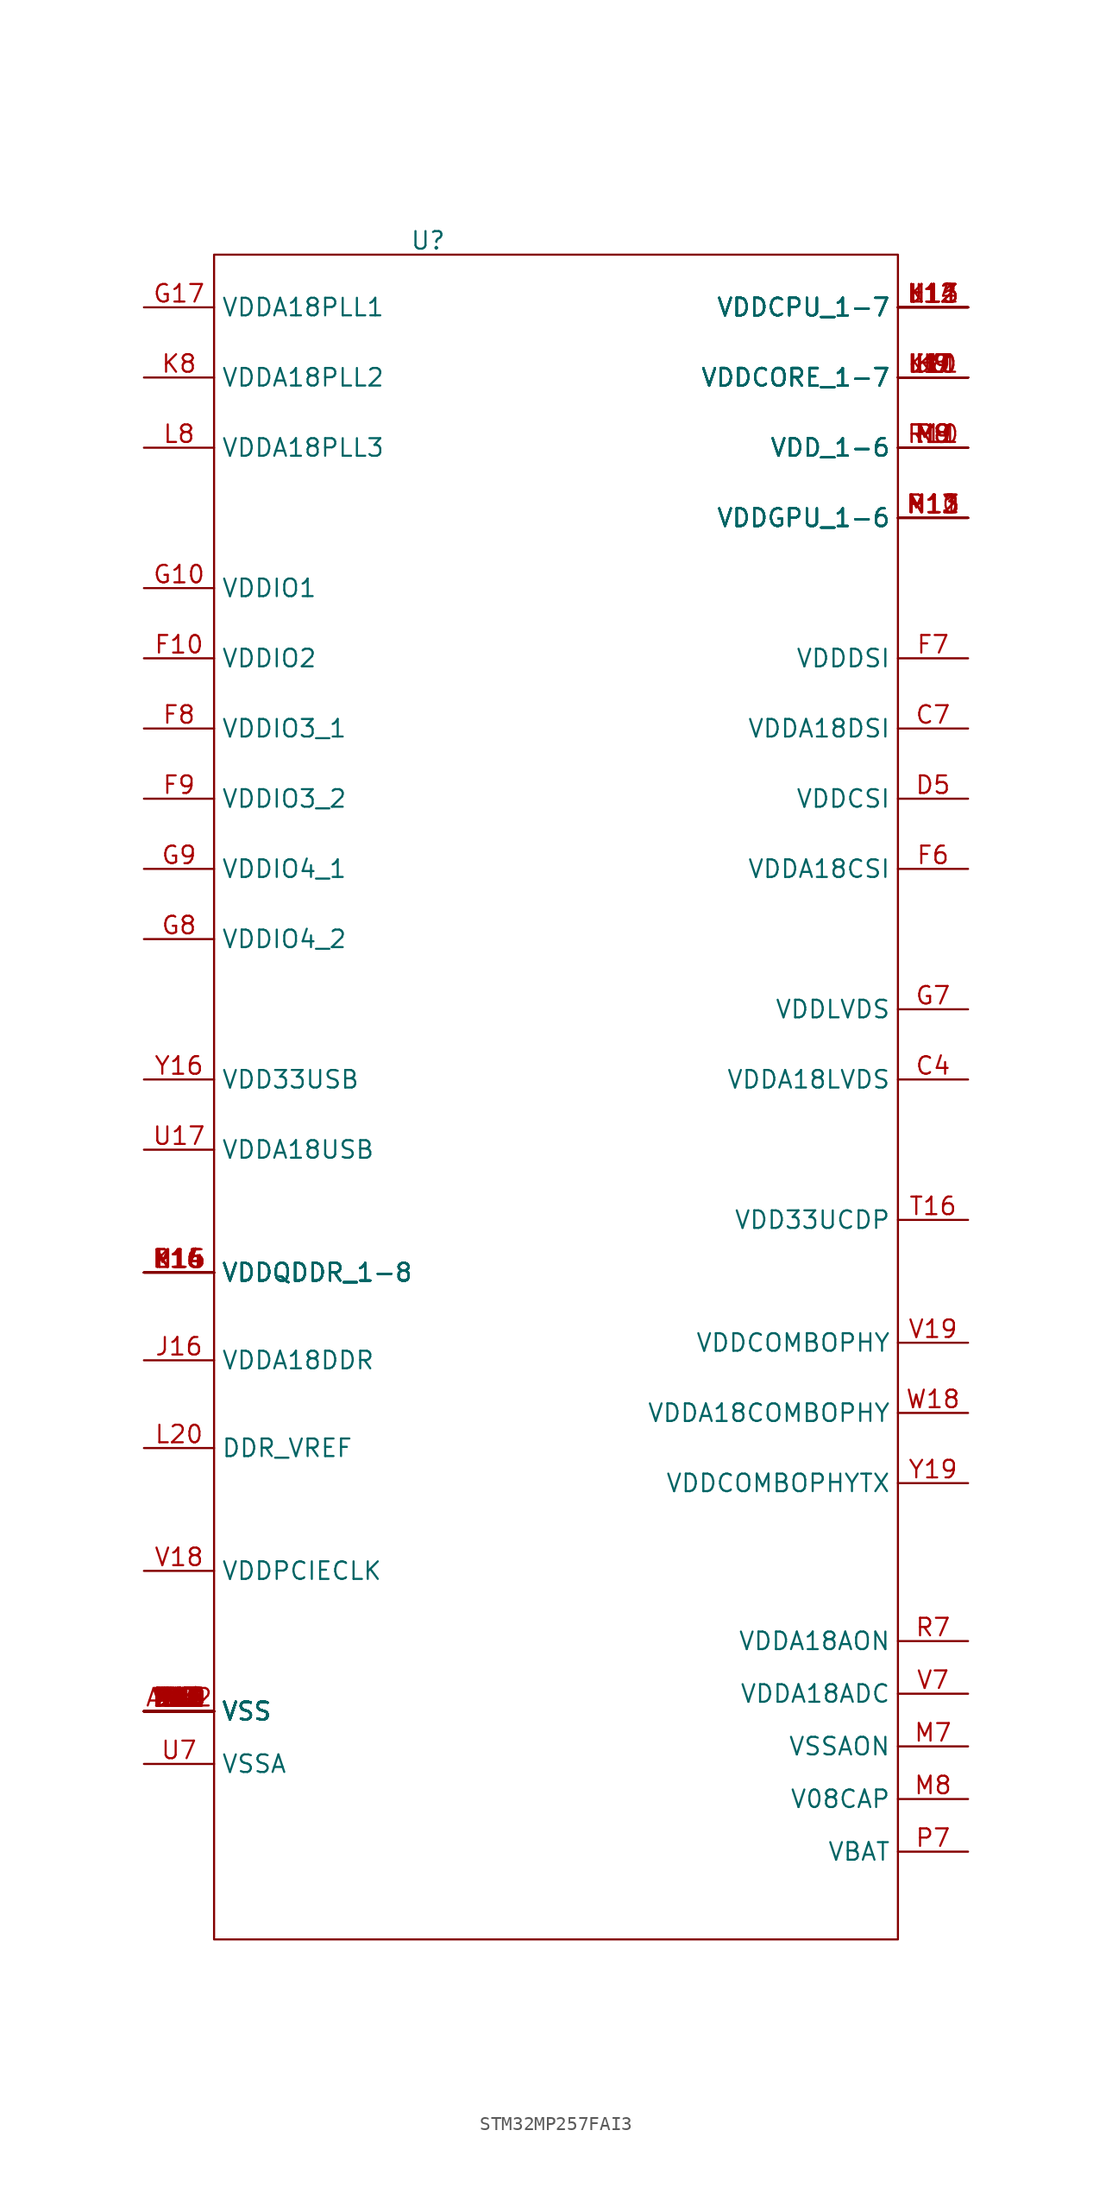
<source format=kicad_sym>
(kicad_symbol_lib
  (version 20241209)
  (generator "kicad_symbol_editor")
  (generator_version "9.0")
  (symbol "STM32MP257FAI3"
    (property "Reference" "U"
      (at -9.906 58.166 0)
      (effects (font (size 1.27 1.27))))
    (property "Value" ""
      (at 0 0 0)
      (effects (font (size 1.27 1.27))))
    (property "ki_locked" ""
      (at 0 0 0)
      (effects (font (size 1.27 1.27))))
    (symbol "STM32MP257FAI3_1_1"
      (rectangle (start -25.4 57.15) (end 24.13 -64.77) (stroke (width 0) (type default)) (fill (type none)))
      (pin input line (at -30.48 53.34 0) (length 5.08) (name "VDDA18PLL1" (effects (font (size 1.27 1.27)))) (number "G17" (effects (font (size 1.27 1.27)))))
      (pin input line (at -30.48 48.26 0) (length 5.08) (name "VDDA18PLL2" (effects (font (size 1.27 1.27)))) (number "K8" (effects (font (size 1.27 1.27)))))
      (pin input line (at -30.48 43.18 0) (length 5.08) (name "VDDA18PLL3" (effects (font (size 1.27 1.27)))) (number "L8" (effects (font (size 1.27 1.27)))))
      (pin input line (at -30.48 33.02 0) (length 5.08) (name "VDDIO1" (effects (font (size 1.27 1.27)))) (number "G10" (effects (font (size 1.27 1.27)))))
      (pin input line (at -30.48 27.94 0) (length 5.08) (name "VDDIO2" (effects (font (size 1.27 1.27)))) (number "F10" (effects (font (size 1.27 1.27)))))
      (pin input line (at -30.48 22.86 0) (length 5.08) (name "VDDIO3_1" (effects (font (size 1.27 1.27)))) (number "F8" (effects (font (size 1.27 1.27)))))
      (pin input line (at -30.48 17.78 0) (length 5.08) (name "VDDIO3_2" (effects (font (size 1.27 1.27)))) (number "F9" (effects (font (size 1.27 1.27)))))
      (pin input line (at -30.48 12.7 0) (length 5.08) (name "VDDIO4_1" (effects (font (size 1.27 1.27)))) (number "G9" (effects (font (size 1.27 1.27)))))
      (pin input line (at -30.48 7.62 0) (length 5.08) (name "VDDIO4_2" (effects (font (size 1.27 1.27)))) (number "G8" (effects (font (size 1.27 1.27)))))
      (pin input line (at -30.48 -2.54 0) (length 5.08) (name "VDD33USB" (effects (font (size 1.27 1.27)))) (number "Y16" (effects (font (size 1.27 1.27)))))
      (pin input line (at -30.48 -7.62 0) (length 5.08) (name "VDDA18USB" (effects (font (size 1.27 1.27)))) (number "U17" (effects (font (size 1.27 1.27)))))
      (pin input line (at -30.48 -16.51 0) (length 5.08) (name "VDDQDDR_1-8" (effects (font (size 1.27 1.27)))) (number "K15" (effects (font (size 1.27 1.27)))))
      (pin input line (at -30.48 -16.51 0) (length 5.08) (name "VDDQDDR_1-8" (effects (font (size 1.27 1.27)))) (number "L14" (effects (font (size 1.27 1.27)))))
      (pin input line (at -30.48 -16.51 0) (length 5.08) (name "VDDQDDR_1-8" (effects (font (size 1.27 1.27)))) (number "L16" (effects (font (size 1.27 1.27)))))
      (pin input line (at -30.48 -16.51 0) (length 5.08) (name "VDDQDDR_1-8" (effects (font (size 1.27 1.27)))) (number "M15" (effects (font (size 1.27 1.27)))))
      (pin input line (at -30.48 -16.51 0) (length 5.08) (name "VDDQDDR_1-8" (effects (font (size 1.27 1.27)))) (number "N14" (effects (font (size 1.27 1.27)))))
      (pin input line (at -30.48 -16.51 0) (length 5.08) (name "VDDQDDR_1-8" (effects (font (size 1.27 1.27)))) (number "P15" (effects (font (size 1.27 1.27)))))
      (pin input line (at -30.48 -16.51 0) (length 5.08) (name "VDDQDDR_1-8" (effects (font (size 1.27 1.27)))) (number "R14" (effects (font (size 1.27 1.27)))))
      (pin input line (at -30.48 -16.51 0) (length 5.08) (name "VDDQDDR_1-8" (effects (font (size 1.27 1.27)))) (number "R16" (effects (font (size 1.27 1.27)))))
      (pin input line (at -30.48 -22.86 0) (length 5.08) (name "VDDA18DDR" (effects (font (size 1.27 1.27)))) (number "J16" (effects (font (size 1.27 1.27)))))
      (pin input line (at -30.48 -29.21 0) (length 5.08) (name "DDR_VREF" (effects (font (size 1.27 1.27)))) (number "L20" (effects (font (size 1.27 1.27)))))
      (pin input line (at -30.48 -38.1 0) (length 5.08) (name "VDDPCIECLK" (effects (font (size 1.27 1.27)))) (number "V18" (effects (font (size 1.27 1.27)))))
      (pin input line (at -30.48 -48.26 0) (length 5.08) (name "VSS" (effects (font (size 1.27 1.27)))) (number "A1" (effects (font (size 1.27 1.27)))))
      (pin input line (at -30.48 -48.26 0) (length 5.08) (name "VSS" (effects (font (size 1.27 1.27)))) (number "A22" (effects (font (size 1.27 1.27)))))
      (pin input line (at -30.48 -48.26 0) (length 5.08) (name "VSS" (effects (font (size 1.27 1.27)))) (number "AB1" (effects (font (size 1.27 1.27)))))
      (pin input line (at -30.48 -48.26 0) (length 5.08) (name "VSS" (effects (font (size 1.27 1.27)))) (number "AB22" (effects (font (size 1.27 1.27)))))
      (pin input line (at -30.48 -48.26 0) (length 5.08) (name "VSS" (effects (font (size 1.27 1.27)))) (number "E5" (effects (font (size 1.27 1.27)))))
      (pin input line (at -30.48 -48.26 0) (length 5.08) (name "VSS" (effects (font (size 1.27 1.27)))) (number "G6" (effects (font (size 1.27 1.27)))))
      (pin input line (at -30.48 -48.26 0) (length 5.08) (name "VSS" (effects (font (size 1.27 1.27)))) (number "H10" (effects (font (size 1.27 1.27)))))
      (pin input line (at -30.48 -48.26 0) (length 5.08) (name "VSS" (effects (font (size 1.27 1.27)))) (number "H12" (effects (font (size 1.27 1.27)))))
      (pin input line (at -30.48 -48.26 0) (length 5.08) (name "VSS" (effects (font (size 1.27 1.27)))) (number "H14" (effects (font (size 1.27 1.27)))))
      (pin input line (at -30.48 -48.26 0) (length 5.08) (name "VSS" (effects (font (size 1.27 1.27)))) (number "H16" (effects (font (size 1.27 1.27)))))
      (pin input line (at -30.48 -48.26 0) (length 5.08) (name "VSS" (effects (font (size 1.27 1.27)))) (number "H8" (effects (font (size 1.27 1.27)))))
      (pin input line (at -30.48 -48.26 0) (length 5.08) (name "VSS" (effects (font (size 1.27 1.27)))) (number "J11" (effects (font (size 1.27 1.27)))))
      (pin input line (at -30.48 -48.26 0) (length 5.08) (name "VSS" (effects (font (size 1.27 1.27)))) (number "J13" (effects (font (size 1.27 1.27)))))
      (pin input line (at -30.48 -48.26 0) (length 5.08) (name "VSS" (effects (font (size 1.27 1.27)))) (number "J15" (effects (font (size 1.27 1.27)))))
      (pin input line (at -30.48 -48.26 0) (length 5.08) (name "VSS" (effects (font (size 1.27 1.27)))) (number "J9" (effects (font (size 1.27 1.27)))))
      (pin input line (at -30.48 -48.26 0) (length 5.08) (name "VSS" (effects (font (size 1.27 1.27)))) (number "K11" (effects (font (size 1.27 1.27)))))
      (pin input line (at -30.48 -48.26 0) (length 5.08) (name "VSS" (effects (font (size 1.27 1.27)))) (number "K12" (effects (font (size 1.27 1.27)))))
      (pin input line (at -30.48 -48.26 0) (length 5.08) (name "VSS" (effects (font (size 1.27 1.27)))) (number "K14" (effects (font (size 1.27 1.27)))))
      (pin input line (at -30.48 -48.26 0) (length 5.08) (name "VSS" (effects (font (size 1.27 1.27)))) (number "L11" (effects (font (size 1.27 1.27)))))
      (pin input line (at -30.48 -48.26 0) (length 5.08) (name "VSS" (effects (font (size 1.27 1.27)))) (number "L13" (effects (font (size 1.27 1.27)))))
      (pin input line (at -30.48 -48.26 0) (length 5.08) (name "VSS" (effects (font (size 1.27 1.27)))) (number "L15" (effects (font (size 1.27 1.27)))))
      (pin input line (at -30.48 -48.26 0) (length 5.08) (name "VSS" (effects (font (size 1.27 1.27)))) (number "L9" (effects (font (size 1.27 1.27)))))
      (pin input line (at -30.48 -48.26 0) (length 5.08) (name "VSS" (effects (font (size 1.27 1.27)))) (number "M10" (effects (font (size 1.27 1.27)))))
      (pin input line (at -30.48 -48.26 0) (length 5.08) (name "VSS" (effects (font (size 1.27 1.27)))) (number "M12" (effects (font (size 1.27 1.27)))))
      (pin input line (at -30.48 -48.26 0) (length 5.08) (name "VSS" (effects (font (size 1.27 1.27)))) (number "M14" (effects (font (size 1.27 1.27)))))
      (pin input line (at -30.48 -48.26 0) (length 5.08) (name "VSS" (effects (font (size 1.27 1.27)))) (number "M20" (effects (font (size 1.27 1.27)))))
      (pin input line (at -30.48 -48.26 0) (length 5.08) (name "VSS" (effects (font (size 1.27 1.27)))) (number "N11" (effects (font (size 1.27 1.27)))))
      (pin input line (at -30.48 -48.26 0) (length 5.08) (name "VSS" (effects (font (size 1.27 1.27)))) (number "N13" (effects (font (size 1.27 1.27)))))
      (pin input line (at -30.48 -48.26 0) (length 5.08) (name "VSS" (effects (font (size 1.27 1.27)))) (number "N15" (effects (font (size 1.27 1.27)))))
      (pin input line (at -30.48 -48.26 0) (length 5.08) (name "VSS" (effects (font (size 1.27 1.27)))) (number "N7" (effects (font (size 1.27 1.27)))))
      (pin input line (at -30.48 -48.26 0) (length 5.08) (name "VSS" (effects (font (size 1.27 1.27)))) (number "N9" (effects (font (size 1.27 1.27)))))
      (pin input line (at -30.48 -48.26 0) (length 5.08) (name "VSS" (effects (font (size 1.27 1.27)))) (number "P10" (effects (font (size 1.27 1.27)))))
      (pin input line (at -30.48 -48.26 0) (length 5.08) (name "VSS" (effects (font (size 1.27 1.27)))) (number "P12" (effects (font (size 1.27 1.27)))))
      (pin input line (at -30.48 -48.26 0) (length 5.08) (name "VSS" (effects (font (size 1.27 1.27)))) (number "P14" (effects (font (size 1.27 1.27)))))
      (pin input line (at -30.48 -48.26 0) (length 5.08) (name "VSS" (effects (font (size 1.27 1.27)))) (number "P8" (effects (font (size 1.27 1.27)))))
      (pin input line (at -30.48 -48.26 0) (length 5.08) (name "VSS" (effects (font (size 1.27 1.27)))) (number "R11" (effects (font (size 1.27 1.27)))))
      (pin input line (at -30.48 -48.26 0) (length 5.08) (name "VSS" (effects (font (size 1.27 1.27)))) (number "R13" (effects (font (size 1.27 1.27)))))
      (pin input line (at -30.48 -48.26 0) (length 5.08) (name "VSS" (effects (font (size 1.27 1.27)))) (number "R15" (effects (font (size 1.27 1.27)))))
      (pin input line (at -30.48 -48.26 0) (length 5.08) (name "VSS" (effects (font (size 1.27 1.27)))) (number "R9" (effects (font (size 1.27 1.27)))))
      (pin input line (at -30.48 -48.26 0) (length 5.08) (name "VSS" (effects (font (size 1.27 1.27)))) (number "T4" (effects (font (size 1.27 1.27)))))
      (pin input line (at -30.48 -48.26 0) (length 5.08) (name "VSS" (effects (font (size 1.27 1.27)))) (number "U6" (effects (font (size 1.27 1.27)))))
      (pin input line (at -30.48 -48.26 0) (length 5.08) (name "VSS" (effects (font (size 1.27 1.27)))) (number "W16" (effects (font (size 1.27 1.27)))))
      (pin input line (at -30.48 -48.26 0) (length 5.08) (name "VSS" (effects (font (size 1.27 1.27)))) (number "W18" (effects (font (size 1.27 1.27)))))
      (pin input line (at -30.48 -48.26 0) (length 5.08) (name "VSS" (effects (font (size 1.27 1.27)))) (number "W8" (effects (font (size 1.27 1.27)))))
      (pin input line (at -30.48 -52.07 0) (length 5.08) (name "VSSA" (effects (font (size 1.27 1.27)))) (number "U7" (effects (font (size 1.27 1.27)))))
      (pin input line (at 29.21 53.34 180) (length 5.08) (name "VDDCPU_1-7" (effects (font (size 1.27 1.27)))) (number "H11" (effects (font (size 1.27 1.27)))))
      (pin input line (at 29.21 53.34 180) (length 5.08) (name "VDDCPU_1-7" (effects (font (size 1.27 1.27)))) (number "H13" (effects (font (size 1.27 1.27)))))
      (pin input line (at 29.21 53.34 180) (length 5.08) (name "VDDCPU_1-7" (effects (font (size 1.27 1.27)))) (number "H15" (effects (font (size 1.27 1.27)))))
      (pin input line (at 29.21 53.34 180) (length 5.08) (name "VDDCPU_1-7" (effects (font (size 1.27 1.27)))) (number "J12" (effects (font (size 1.27 1.27)))))
      (pin input line (at 29.21 53.34 180) (length 5.08) (name "VDDCPU_1-7" (effects (font (size 1.27 1.27)))) (number "J14" (effects (font (size 1.27 1.27)))))
      (pin input line (at 29.21 53.34 180) (length 5.08) (name "VDDCPU_1-7" (effects (font (size 1.27 1.27)))) (number "K13" (effects (font (size 1.27 1.27)))))
      (pin input line (at 29.21 53.34 180) (length 5.08) (name "VDDCPU_1-7" (effects (font (size 1.27 1.27)))) (number "L12" (effects (font (size 1.27 1.27)))))
      (pin input line (at 29.21 48.26 180) (length 5.08) (name "VDDCORE_1-7" (effects (font (size 1.27 1.27)))) (number "H7" (effects (font (size 1.27 1.27)))))
      (pin input line (at 29.21 48.26 180) (length 5.08) (name "VDDCORE_1-7" (effects (font (size 1.27 1.27)))) (number "H9" (effects (font (size 1.27 1.27)))))
      (pin input line (at 29.21 48.26 180) (length 5.08) (name "VDDCORE_1-7" (effects (font (size 1.27 1.27)))) (number "J10" (effects (font (size 1.27 1.27)))))
      (pin input line (at 29.21 48.26 180) (length 5.08) (name "VDDCORE_1-7" (effects (font (size 1.27 1.27)))) (number "J8" (effects (font (size 1.27 1.27)))))
      (pin input line (at 29.21 48.26 180) (length 5.08) (name "VDDCORE_1-7" (effects (font (size 1.27 1.27)))) (number "K11" (effects (font (size 1.27 1.27)))))
      (pin input line (at 29.21 48.26 180) (length 5.08) (name "VDDCORE_1-7" (effects (font (size 1.27 1.27)))) (number "K9" (effects (font (size 1.27 1.27)))))
      (pin input line (at 29.21 48.26 180) (length 5.08) (name "VDDCORE_1-7" (effects (font (size 1.27 1.27)))) (number "L10" (effects (font (size 1.27 1.27)))))
      (pin input line (at 29.21 43.18 180) (length 5.08) (name "VDD_1-6" (effects (font (size 1.27 1.27)))) (number "M9" (effects (font (size 1.27 1.27)))))
      (pin input line (at 29.21 43.18 180) (length 5.08) (name "VDD_1-6" (effects (font (size 1.27 1.27)))) (number "N8" (effects (font (size 1.27 1.27)))))
      (pin input line (at 29.21 43.18 180) (length 5.08) (name "VDD_1-6" (effects (font (size 1.27 1.27)))) (number "P11" (effects (font (size 1.27 1.27)))))
      (pin input line (at 29.21 43.18 180) (length 5.08) (name "VDD_1-6" (effects (font (size 1.27 1.27)))) (number "P9" (effects (font (size 1.27 1.27)))))
      (pin input line (at 29.21 43.18 180) (length 5.08) (name "VDD_1-6" (effects (font (size 1.27 1.27)))) (number "R10" (effects (font (size 1.27 1.27)))))
      (pin input line (at 29.21 43.18 180) (length 5.08) (name "VDD_1-6" (effects (font (size 1.27 1.27)))) (number "R8" (effects (font (size 1.27 1.27)))))
      (pin input line (at 29.21 38.1 180) (length 5.08) (name "VDDGPU_1-6" (effects (font (size 1.27 1.27)))) (number "M11" (effects (font (size 1.27 1.27)))))
      (pin input line (at 29.21 38.1 180) (length 5.08) (name "VDDGPU_1-6" (effects (font (size 1.27 1.27)))) (number "M13" (effects (font (size 1.27 1.27)))))
      (pin input line (at 29.21 38.1 180) (length 5.08) (name "VDDGPU_1-6" (effects (font (size 1.27 1.27)))) (number "N10" (effects (font (size 1.27 1.27)))))
      (pin input line (at 29.21 38.1 180) (length 5.08) (name "VDDGPU_1-6" (effects (font (size 1.27 1.27)))) (number "N12" (effects (font (size 1.27 1.27)))))
      (pin input line (at 29.21 38.1 180) (length 5.08) (name "VDDGPU_1-6" (effects (font (size 1.27 1.27)))) (number "P13" (effects (font (size 1.27 1.27)))))
      (pin input line (at 29.21 38.1 180) (length 5.08) (name "VDDGPU_1-6" (effects (font (size 1.27 1.27)))) (number "R12" (effects (font (size 1.27 1.27)))))
      (pin input line (at 29.21 27.94 180) (length 5.08) (name "VDDDSI" (effects (font (size 1.27 1.27)))) (number "F7" (effects (font (size 1.27 1.27)))))
      (pin input line (at 29.21 22.86 180) (length 5.08) (name "VDDA18DSI" (effects (font (size 1.27 1.27)))) (number "C7" (effects (font (size 1.27 1.27)))))
      (pin input line (at 29.21 17.78 180) (length 5.08) (name "VDDCSI" (effects (font (size 1.27 1.27)))) (number "D5" (effects (font (size 1.27 1.27)))))
      (pin input line (at 29.21 12.7 180) (length 5.08) (name "VDDA18CSI" (effects (font (size 1.27 1.27)))) (number "F6" (effects (font (size 1.27 1.27)))))
      (pin input line (at 29.21 2.54 180) (length 5.08) (name "VDDLVDS" (effects (font (size 1.27 1.27)))) (number "G7" (effects (font (size 1.27 1.27)))))
      (pin input line (at 29.21 -2.54 180) (length 5.08) (name "VDDA18LVDS" (effects (font (size 1.27 1.27)))) (number "C4" (effects (font (size 1.27 1.27)))))
      (pin input line (at 29.21 -12.7 180) (length 5.08) (name "VDD33UCDP" (effects (font (size 1.27 1.27)))) (number "T16" (effects (font (size 1.27 1.27)))))
      (pin input line (at 29.21 -21.59 180) (length 5.08) (name "VDDCOMBOPHY" (effects (font (size 1.27 1.27)))) (number "V19" (effects (font (size 1.27 1.27)))))
      (pin input line (at 29.21 -26.67 180) (length 5.08) (name "VDDA18COMBOPHY" (effects (font (size 1.27 1.27)))) (number "W18" (effects (font (size 1.27 1.27)))))
      (pin input line (at 29.21 -31.75 180) (length 5.08) (name "VDDCOMBOPHYTX" (effects (font (size 1.27 1.27)))) (number "Y19" (effects (font (size 1.27 1.27)))))
      (pin input line (at 29.21 -43.18 180) (length 5.08) (name "VDDA18AON" (effects (font (size 1.27 1.27)))) (number "R7" (effects (font (size 1.27 1.27)))))
      (pin input line (at 29.21 -46.99 180) (length 5.08) (name "VDDA18ADC" (effects (font (size 1.27 1.27)))) (number "V7" (effects (font (size 1.27 1.27)))))
      (pin input line (at 29.21 -50.8 180) (length 5.08) (name "VSSAON" (effects (font (size 1.27 1.27)))) (number "M7" (effects (font (size 1.27 1.27)))))
      (pin input line (at 29.21 -54.61 180) (length 5.08) (name "V08CAP" (effects (font (size 1.27 1.27)))) (number "M8" (effects (font (size 1.27 1.27)))))
      (pin input line (at 29.21 -58.42 180) (length 5.08) (name "VBAT" (effects (font (size 1.27 1.27)))) (number "P7" (effects (font (size 1.27 1.27))))))))
</source>
